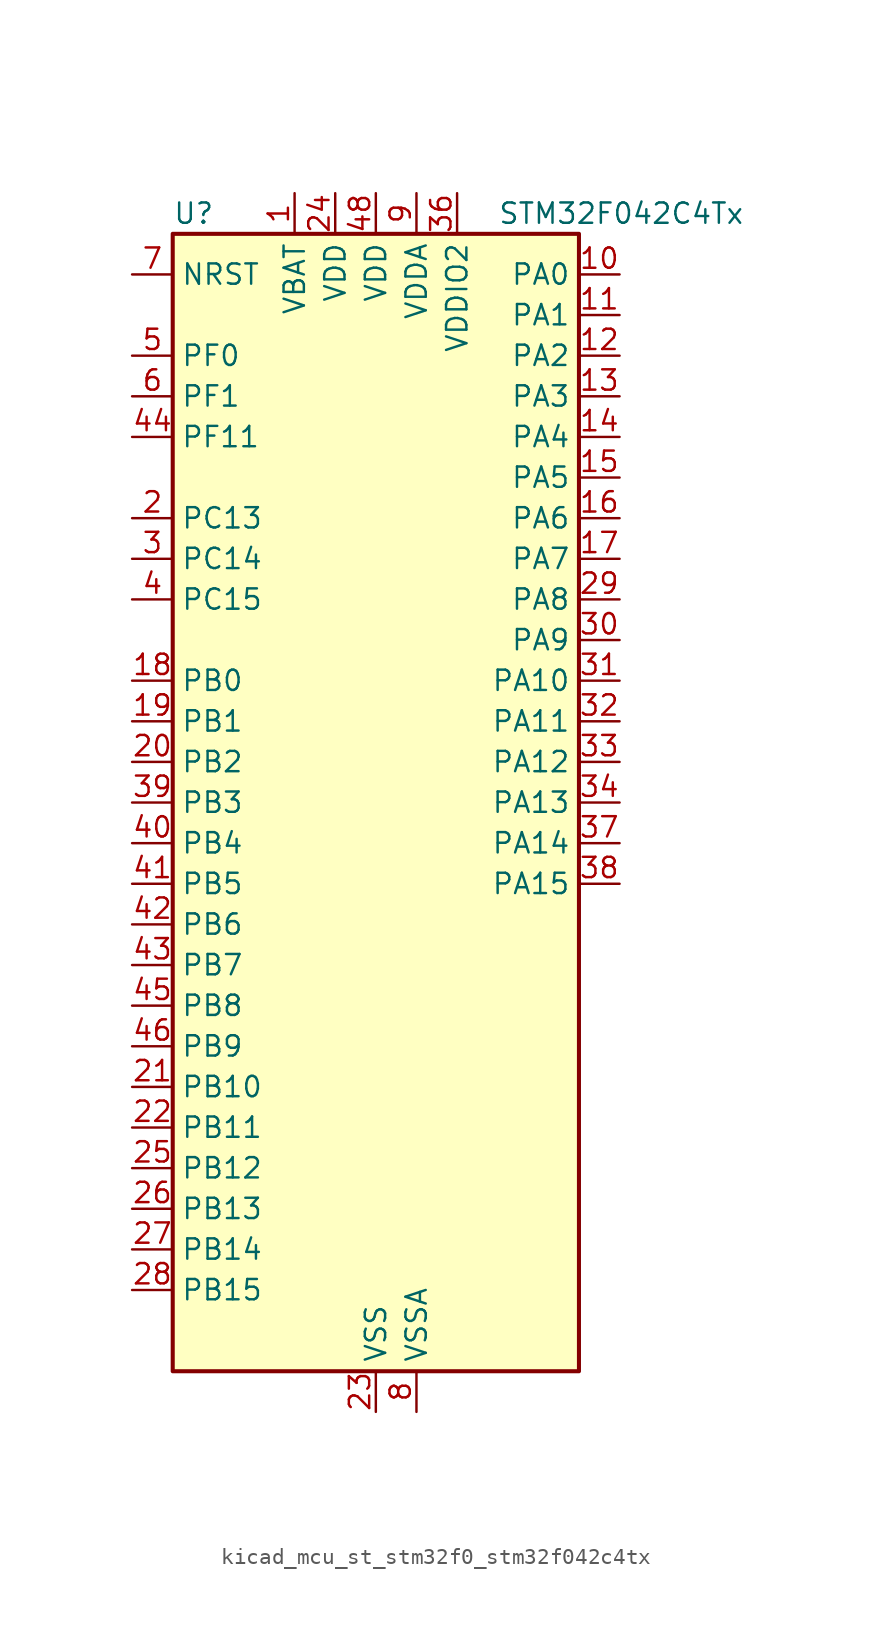
<source format=kicad_sym>
(kicad_symbol_lib
  (version 20220914)
  (generator kicad_symbol_editor)
  (symbol "kicad_mcu_st_stm32f0_stm32f042c4tx"
    (property "Reference" "U"
      (at -12.7 36.83 0)
      (effects (font (size 1.27 1.27)) (justify left)))
    (property "Value" "STM32F042C4Tx"
      (at 7.62 36.83 0)
      (effects (font (size 1.27 1.27)) (justify left)))
    (property "ki_locked" ""
      (at 0 0 0)
      (effects (font (size 1.27 1.27))))
    (symbol "kicad_mcu_st_stm32f0_stm32f042c4tx_0_1"
      (rectangle (start -12.7 -35.56) (end 12.7 35.56) (stroke (width 0.254) (type default)) (fill (type background))))
    (symbol "kicad_mcu_st_stm32f0_stm32f042c4tx_1_1"
      (pin power_in line (at -5.08 38.1 270) (length 2.54) (name "VBAT" (effects (font (size 1.27 1.27)))) (number "1" (effects (font (size 1.27 1.27)))))
      (pin bidirectional line (at 15.24 33.02 180) (length 2.54) (name "PA0" (effects (font (size 1.27 1.27)))) (number "10" (effects (font (size 1.27 1.27)))) (alternate "ADC_IN0" bidirectional line) (alternate "RTC_TAMP2" bidirectional line) (alternate "SYS_WKUP1" bidirectional line) (alternate "TIM2_CH1" bidirectional line) (alternate "TIM2_ETR" bidirectional line) (alternate "TSC_G1_IO1" bidirectional line) (alternate "USART2_CTS" bidirectional line))
      (pin bidirectional line (at 15.24 30.48 180) (length 2.54) (name "PA1" (effects (font (size 1.27 1.27)))) (number "11" (effects (font (size 1.27 1.27)))) (alternate "ADC_IN1" bidirectional line) (alternate "TIM2_CH2" bidirectional line) (alternate "TSC_G1_IO2" bidirectional line) (alternate "USART2_DE" bidirectional line) (alternate "USART2_RTS" bidirectional line))
      (pin bidirectional line (at 15.24 27.94 180) (length 2.54) (name "PA2" (effects (font (size 1.27 1.27)))) (number "12" (effects (font (size 1.27 1.27)))) (alternate "ADC_IN2" bidirectional line) (alternate "SYS_WKUP4" bidirectional line) (alternate "TIM2_CH3" bidirectional line) (alternate "TSC_G1_IO3" bidirectional line) (alternate "USART2_TX" bidirectional line))
      (pin bidirectional line (at 15.24 25.4 180) (length 2.54) (name "PA3" (effects (font (size 1.27 1.27)))) (number "13" (effects (font (size 1.27 1.27)))) (alternate "ADC_IN3" bidirectional line) (alternate "TIM2_CH4" bidirectional line) (alternate "TSC_G1_IO4" bidirectional line) (alternate "USART2_RX" bidirectional line))
      (pin bidirectional line (at 15.24 22.86 180) (length 2.54) (name "PA4" (effects (font (size 1.27 1.27)))) (number "14" (effects (font (size 1.27 1.27)))) (alternate "ADC_IN4" bidirectional line) (alternate "I2S1_WS" bidirectional line) (alternate "SPI1_NSS" bidirectional line) (alternate "TIM14_CH1" bidirectional line) (alternate "TSC_G2_IO1" bidirectional line) (alternate "USART2_CK" bidirectional line) (alternate "USB_NOE" bidirectional line))
      (pin bidirectional line (at 15.24 20.32 180) (length 2.54) (name "PA5" (effects (font (size 1.27 1.27)))) (number "15" (effects (font (size 1.27 1.27)))) (alternate "ADC_IN5" bidirectional line) (alternate "CEC" bidirectional line) (alternate "I2S1_CK" bidirectional line) (alternate "SPI1_SCK" bidirectional line) (alternate "TIM2_CH1" bidirectional line) (alternate "TIM2_ETR" bidirectional line) (alternate "TSC_G2_IO2" bidirectional line))
      (pin bidirectional line (at 15.24 17.78 180) (length 2.54) (name "PA6" (effects (font (size 1.27 1.27)))) (number "16" (effects (font (size 1.27 1.27)))) (alternate "ADC_IN6" bidirectional line) (alternate "I2S1_MCK" bidirectional line) (alternate "SPI1_MISO" bidirectional line) (alternate "TIM16_CH1" bidirectional line) (alternate "TIM1_BKIN" bidirectional line) (alternate "TIM3_CH1" bidirectional line) (alternate "TSC_G2_IO3" bidirectional line))
      (pin bidirectional line (at 15.24 15.24 180) (length 2.54) (name "PA7" (effects (font (size 1.27 1.27)))) (number "17" (effects (font (size 1.27 1.27)))) (alternate "ADC_IN7" bidirectional line) (alternate "I2S1_SD" bidirectional line) (alternate "SPI1_MOSI" bidirectional line) (alternate "TIM14_CH1" bidirectional line) (alternate "TIM17_CH1" bidirectional line) (alternate "TIM1_CH1N" bidirectional line) (alternate "TIM3_CH2" bidirectional line) (alternate "TSC_G2_IO4" bidirectional line))
      (pin bidirectional line (at -15.24 7.62 0) (length 2.54) (name "PB0" (effects (font (size 1.27 1.27)))) (number "18" (effects (font (size 1.27 1.27)))) (alternate "ADC_IN8" bidirectional line) (alternate "TIM1_CH2N" bidirectional line) (alternate "TIM3_CH3" bidirectional line) (alternate "TSC_G3_IO2" bidirectional line))
      (pin bidirectional line (at -15.24 5.08 0) (length 2.54) (name "PB1" (effects (font (size 1.27 1.27)))) (number "19" (effects (font (size 1.27 1.27)))) (alternate "ADC_IN9" bidirectional line) (alternate "TIM14_CH1" bidirectional line) (alternate "TIM1_CH3N" bidirectional line) (alternate "TIM3_CH4" bidirectional line) (alternate "TSC_G3_IO3" bidirectional line))
      (pin bidirectional line (at -15.24 17.78 0) (length 2.54) (name "PC13" (effects (font (size 1.27 1.27)))) (number "2" (effects (font (size 1.27 1.27)))) (alternate "RTC_OUT_ALARM" bidirectional line) (alternate "RTC_OUT_CALIB" bidirectional line) (alternate "RTC_TAMP1" bidirectional line) (alternate "RTC_TS" bidirectional line) (alternate "SYS_WKUP2" bidirectional line))
      (pin bidirectional line (at -15.24 2.54 0) (length 2.54) (name "PB2" (effects (font (size 1.27 1.27)))) (number "20" (effects (font (size 1.27 1.27)))) (alternate "TSC_G3_IO4" bidirectional line))
      (pin bidirectional line (at -15.24 -17.78 0) (length 2.54) (name "PB10" (effects (font (size 1.27 1.27)))) (number "21" (effects (font (size 1.27 1.27)))) (alternate "CEC" bidirectional line) (alternate "I2C1_SCL" bidirectional line) (alternate "SPI2_SCK" bidirectional line) (alternate "TIM2_CH3" bidirectional line) (alternate "TSC_SYNC" bidirectional line))
      (pin bidirectional line (at -15.24 -20.32 0) (length 2.54) (name "PB11" (effects (font (size 1.27 1.27)))) (number "22" (effects (font (size 1.27 1.27)))) (alternate "I2C1_SDA" bidirectional line) (alternate "TIM2_CH4" bidirectional line))
      (pin power_in line (at 0 -38.1 90) (length 2.54) (name "VSS" (effects (font (size 1.27 1.27)))) (number "23" (effects (font (size 1.27 1.27)))))
      (pin power_in line (at -2.54 38.1 270) (length 2.54) (name "VDD" (effects (font (size 1.27 1.27)))) (number "24" (effects (font (size 1.27 1.27)))))
      (pin bidirectional line (at -15.24 -22.86 0) (length 2.54) (name "PB12" (effects (font (size 1.27 1.27)))) (number "25" (effects (font (size 1.27 1.27)))) (alternate "SPI2_NSS" bidirectional line) (alternate "TIM1_BKIN" bidirectional line))
      (pin bidirectional line (at -15.24 -25.4 0) (length 2.54) (name "PB13" (effects (font (size 1.27 1.27)))) (number "26" (effects (font (size 1.27 1.27)))) (alternate "I2C1_SCL" bidirectional line) (alternate "SPI2_SCK" bidirectional line) (alternate "TIM1_CH1N" bidirectional line))
      (pin bidirectional line (at -15.24 -27.94 0) (length 2.54) (name "PB14" (effects (font (size 1.27 1.27)))) (number "27" (effects (font (size 1.27 1.27)))) (alternate "I2C1_SDA" bidirectional line) (alternate "SPI2_MISO" bidirectional line) (alternate "TIM1_CH2N" bidirectional line))
      (pin bidirectional line (at -15.24 -30.48 0) (length 2.54) (name "PB15" (effects (font (size 1.27 1.27)))) (number "28" (effects (font (size 1.27 1.27)))) (alternate "RTC_REFIN" bidirectional line) (alternate "SPI2_MOSI" bidirectional line) (alternate "SYS_WKUP7" bidirectional line) (alternate "TIM1_CH3N" bidirectional line))
      (pin bidirectional line (at 15.24 12.7 180) (length 2.54) (name "PA8" (effects (font (size 1.27 1.27)))) (number "29" (effects (font (size 1.27 1.27)))) (alternate "CRS_SYNC" bidirectional line) (alternate "RCC_MCO" bidirectional line) (alternate "TIM1_CH1" bidirectional line) (alternate "USART1_CK" bidirectional line))
      (pin bidirectional line (at -15.24 15.24 0) (length 2.54) (name "PC14" (effects (font (size 1.27 1.27)))) (number "3" (effects (font (size 1.27 1.27)))) (alternate "RCC_OSC32_IN" bidirectional line))
      (pin bidirectional line (at 15.24 10.16 180) (length 2.54) (name "PA9" (effects (font (size 1.27 1.27)))) (number "30" (effects (font (size 1.27 1.27)))) (alternate "I2C1_SCL" bidirectional line) (alternate "TIM1_CH2" bidirectional line) (alternate "TSC_G4_IO1" bidirectional line) (alternate "USART1_TX" bidirectional line))
      (pin bidirectional line (at 15.24 7.62 180) (length 2.54) (name "PA10" (effects (font (size 1.27 1.27)))) (number "31" (effects (font (size 1.27 1.27)))) (alternate "I2C1_SDA" bidirectional line) (alternate "TIM17_BKIN" bidirectional line) (alternate "TIM1_CH3" bidirectional line) (alternate "TSC_G4_IO2" bidirectional line) (alternate "USART1_RX" bidirectional line))
      (pin bidirectional line (at 15.24 5.08 180) (length 2.54) (name "PA11" (effects (font (size 1.27 1.27)))) (number "32" (effects (font (size 1.27 1.27)))) (alternate "CAN_RX" bidirectional line) (alternate "I2C1_SCL" bidirectional line) (alternate "TIM1_CH4" bidirectional line) (alternate "TSC_G4_IO3" bidirectional line) (alternate "USART1_CTS" bidirectional line) (alternate "USB_DM" bidirectional line))
      (pin bidirectional line (at 15.24 2.54 180) (length 2.54) (name "PA12" (effects (font (size 1.27 1.27)))) (number "33" (effects (font (size 1.27 1.27)))) (alternate "CAN_TX" bidirectional line) (alternate "I2C1_SDA" bidirectional line) (alternate "TIM1_ETR" bidirectional line) (alternate "TSC_G4_IO4" bidirectional line) (alternate "USART1_DE" bidirectional line) (alternate "USART1_RTS" bidirectional line) (alternate "USB_DP" bidirectional line))
      (pin bidirectional line (at 15.24 0 180) (length 2.54) (name "PA13" (effects (font (size 1.27 1.27)))) (number "34" (effects (font (size 1.27 1.27)))) (alternate "IR_OUT" bidirectional line) (alternate "SYS_SWDIO" bidirectional line) (alternate "USB_NOE" bidirectional line))
      (pin passive line (at 0 -38.1 90) (length 2.54) hide (name "VSS" (effects (font (size 1.27 1.27)))) (number "35" (effects (font (size 1.27 1.27)))))
      (pin power_in line (at 5.08 38.1 270) (length 2.54) (name "VDDIO2" (effects (font (size 1.27 1.27)))) (number "36" (effects (font (size 1.27 1.27)))))
      (pin bidirectional line (at 15.24 -2.54 180) (length 2.54) (name "PA14" (effects (font (size 1.27 1.27)))) (number "37" (effects (font (size 1.27 1.27)))) (alternate "SYS_SWCLK" bidirectional line) (alternate "USART2_TX" bidirectional line))
      (pin bidirectional line (at 15.24 -5.08 180) (length 2.54) (name "PA15" (effects (font (size 1.27 1.27)))) (number "38" (effects (font (size 1.27 1.27)))) (alternate "I2S1_WS" bidirectional line) (alternate "SPI1_NSS" bidirectional line) (alternate "TIM2_CH1" bidirectional line) (alternate "TIM2_ETR" bidirectional line) (alternate "USART2_RX" bidirectional line) (alternate "USB_NOE" bidirectional line))
      (pin bidirectional line (at -15.24 0 0) (length 2.54) (name "PB3" (effects (font (size 1.27 1.27)))) (number "39" (effects (font (size 1.27 1.27)))) (alternate "I2S1_CK" bidirectional line) (alternate "SPI1_SCK" bidirectional line) (alternate "TIM2_CH2" bidirectional line) (alternate "TSC_G5_IO1" bidirectional line))
      (pin bidirectional line (at -15.24 12.7 0) (length 2.54) (name "PC15" (effects (font (size 1.27 1.27)))) (number "4" (effects (font (size 1.27 1.27)))) (alternate "RCC_OSC32_OUT" bidirectional line))
      (pin bidirectional line (at -15.24 -2.54 0) (length 2.54) (name "PB4" (effects (font (size 1.27 1.27)))) (number "40" (effects (font (size 1.27 1.27)))) (alternate "I2S1_MCK" bidirectional line) (alternate "SPI1_MISO" bidirectional line) (alternate "TIM17_BKIN" bidirectional line) (alternate "TIM3_CH1" bidirectional line) (alternate "TSC_G5_IO2" bidirectional line))
      (pin bidirectional line (at -15.24 -5.08 0) (length 2.54) (name "PB5" (effects (font (size 1.27 1.27)))) (number "41" (effects (font (size 1.27 1.27)))) (alternate "I2C1_SMBA" bidirectional line) (alternate "I2S1_SD" bidirectional line) (alternate "SPI1_MOSI" bidirectional line) (alternate "SYS_WKUP6" bidirectional line) (alternate "TIM16_BKIN" bidirectional line) (alternate "TIM3_CH2" bidirectional line))
      (pin bidirectional line (at -15.24 -7.62 0) (length 2.54) (name "PB6" (effects (font (size 1.27 1.27)))) (number "42" (effects (font (size 1.27 1.27)))) (alternate "I2C1_SCL" bidirectional line) (alternate "TIM16_CH1N" bidirectional line) (alternate "TSC_G5_IO3" bidirectional line) (alternate "USART1_TX" bidirectional line))
      (pin bidirectional line (at -15.24 -10.16 0) (length 2.54) (name "PB7" (effects (font (size 1.27 1.27)))) (number "43" (effects (font (size 1.27 1.27)))) (alternate "I2C1_SDA" bidirectional line) (alternate "TIM17_CH1N" bidirectional line) (alternate "TSC_G5_IO4" bidirectional line) (alternate "USART1_RX" bidirectional line))
      (pin bidirectional line (at -15.24 22.86 0) (length 2.54) (name "PF11" (effects (font (size 1.27 1.27)))) (number "44" (effects (font (size 1.27 1.27)))))
      (pin bidirectional line (at -15.24 -12.7 0) (length 2.54) (name "PB8" (effects (font (size 1.27 1.27)))) (number "45" (effects (font (size 1.27 1.27)))) (alternate "CAN_RX" bidirectional line) (alternate "CEC" bidirectional line) (alternate "I2C1_SCL" bidirectional line) (alternate "TIM16_CH1" bidirectional line) (alternate "TSC_SYNC" bidirectional line))
      (pin bidirectional line (at -15.24 -15.24 0) (length 2.54) (name "PB9" (effects (font (size 1.27 1.27)))) (number "46" (effects (font (size 1.27 1.27)))) (alternate "CAN_TX" bidirectional line) (alternate "I2C1_SDA" bidirectional line) (alternate "IR_OUT" bidirectional line) (alternate "SPI2_NSS" bidirectional line) (alternate "TIM17_CH1" bidirectional line))
      (pin passive line (at 0 -38.1 90) (length 2.54) hide (name "VSS" (effects (font (size 1.27 1.27)))) (number "47" (effects (font (size 1.27 1.27)))))
      (pin power_in line (at 0 38.1 270) (length 2.54) (name "VDD" (effects (font (size 1.27 1.27)))) (number "48" (effects (font (size 1.27 1.27)))))
      (pin bidirectional line (at -15.24 27.94 0) (length 2.54) (name "PF0" (effects (font (size 1.27 1.27)))) (number "5" (effects (font (size 1.27 1.27)))) (alternate "CRS_SYNC" bidirectional line) (alternate "I2C1_SDA" bidirectional line) (alternate "RCC_OSC_IN" bidirectional line))
      (pin bidirectional line (at -15.24 25.4 0) (length 2.54) (name "PF1" (effects (font (size 1.27 1.27)))) (number "6" (effects (font (size 1.27 1.27)))) (alternate "I2C1_SCL" bidirectional line) (alternate "RCC_OSC_OUT" bidirectional line))
      (pin input line (at -15.24 33.02 0) (length 2.54) (name "NRST" (effects (font (size 1.27 1.27)))) (number "7" (effects (font (size 1.27 1.27)))))
      (pin power_in line (at 2.54 -38.1 90) (length 2.54) (name "VSSA" (effects (font (size 1.27 1.27)))) (number "8" (effects (font (size 1.27 1.27)))))
      (pin power_in line (at 2.54 38.1 270) (length 2.54) (name "VDDA" (effects (font (size 1.27 1.27)))) (number "9" (effects (font (size 1.27 1.27))))))))
</source>
